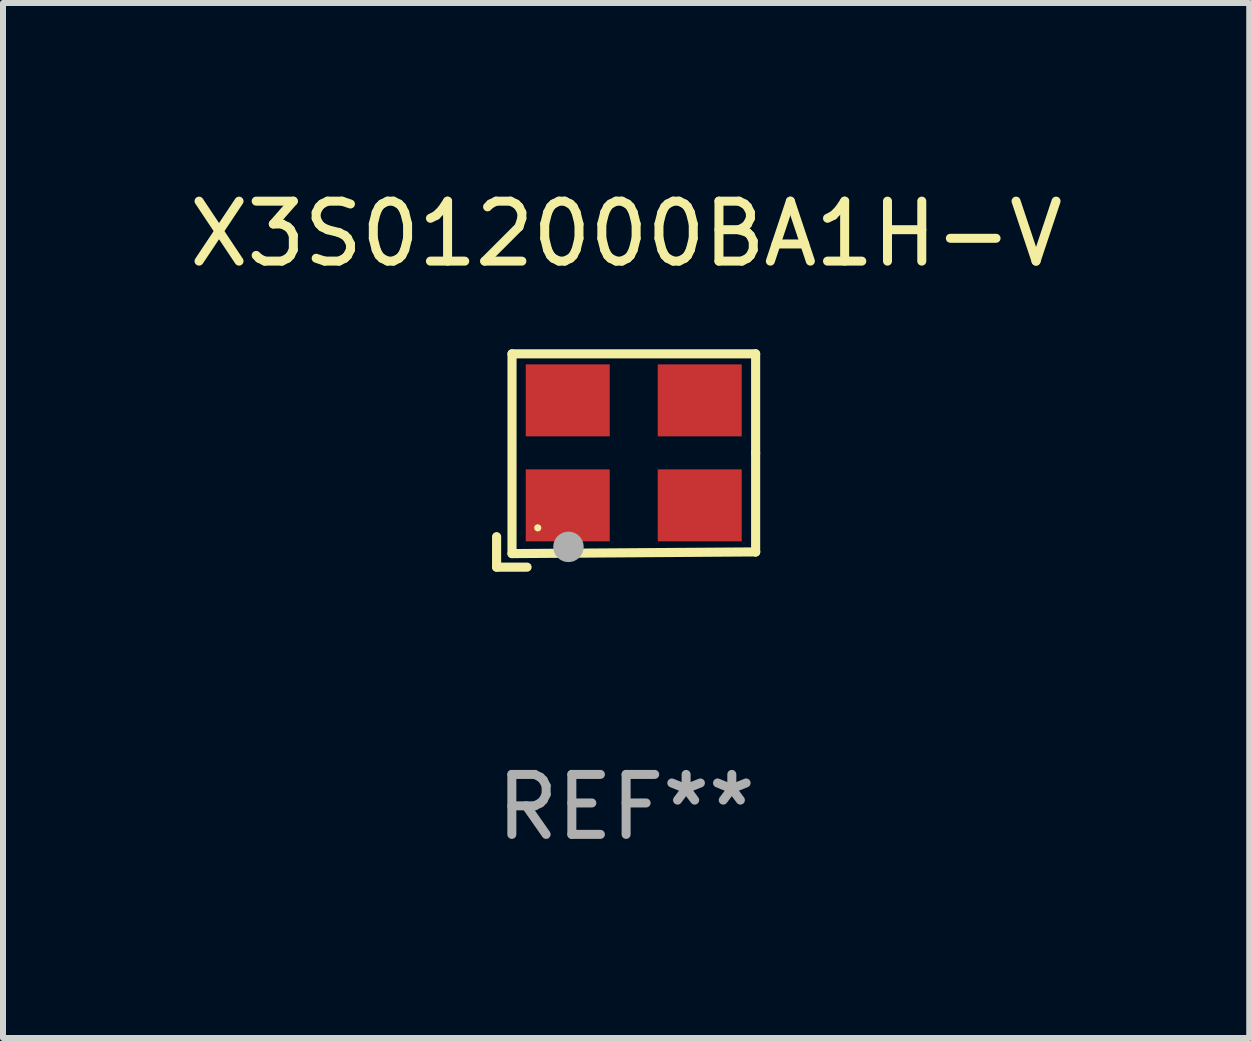
<source format=kicad_pcb>
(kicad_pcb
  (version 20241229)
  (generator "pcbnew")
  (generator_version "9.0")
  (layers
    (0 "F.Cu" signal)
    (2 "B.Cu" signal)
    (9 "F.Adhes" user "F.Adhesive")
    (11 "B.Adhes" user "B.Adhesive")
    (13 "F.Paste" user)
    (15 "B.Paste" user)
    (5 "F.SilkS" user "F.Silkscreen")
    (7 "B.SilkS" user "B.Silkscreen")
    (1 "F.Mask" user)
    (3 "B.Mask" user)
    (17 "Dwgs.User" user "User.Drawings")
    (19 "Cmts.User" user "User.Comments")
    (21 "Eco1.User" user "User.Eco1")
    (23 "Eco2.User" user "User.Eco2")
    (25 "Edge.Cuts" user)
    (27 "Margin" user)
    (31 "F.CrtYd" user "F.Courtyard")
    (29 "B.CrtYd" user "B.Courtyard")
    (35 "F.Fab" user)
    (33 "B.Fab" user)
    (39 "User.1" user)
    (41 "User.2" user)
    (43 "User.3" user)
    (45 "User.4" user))
  (footprint "X3S012000BA1H-V"
    (layer "F.Cu")
    (at 7.387 4.626)
    (property "Reference" "X3S012000BA1H-V" (at 0 -3.778 0) (layer "F.SilkS") (effects (font (size 1 1) (thickness 0.15))))
    (attr through_hole)
    (fp_line (start -2.159 1.27) (end -2.159 1.778) (stroke (width 0.152) (type solid)) (layer "F.SilkS"))
    (fp_line (start -2.159 1.778) (end -1.651 1.778) (stroke (width 0.152) (type solid)) (layer "F.SilkS"))
    (fp_line (start -1.902 -1.778) (end 2.159 -1.778) (stroke (width 0.152) (type solid)) (layer "F.SilkS"))
    (fp_line (start -1.902 1.552) (end -1.902 -1.778) (stroke (width 0.152) (type solid)) (layer "F.SilkS"))
    (fp_line (start 2.159 -1.778) (end 2.159 -0.127) (stroke (width 0.152) (type solid)) (layer "F.SilkS"))
    (fp_line (start 2.159 -0.127) (end 2.159 1.524) (stroke (width 0.152) (type solid)) (layer "F.SilkS"))
    (fp_line (start 2.159 1.524) (end -1.902 1.552) (stroke (width 0.152) (type solid)) (layer "F.SilkS"))
    (fp_line (start 2.159 1.524) (end 2.159 1.524) (stroke (width 0.152) (type solid)) (layer "F.SilkS"))
    (fp_circle (center -1.473 1.123) (end -1.443 1.123) (stroke (width 0.06) (type solid)) (fill no) (layer "F.SilkS"))
    (fp_circle (center -0.961 1.44) (end -0.834 1.44) (stroke (width 0.254) (type solid)) (fill no) (layer "F.Fab"))
    (fp_text user "REF**" (at 0 5.778 0) (layer "F.Fab") (effects (font (size 1 1) (thickness 0.15))))
    (pad "1" smd rect (at -0.973 0.748) (size 1.4 1.2) (layers "F.Cu" "F.Mask" "F.Paste"))
    (pad "2" smd rect (at 1.227 0.748) (size 1.4 1.2) (layers "F.Cu" "F.Mask" "F.Paste"))
    (pad "3" smd rect (at 1.227 -1.002) (size 1.4 1.2) (layers "F.Cu" "F.Mask" "F.Paste"))
    (pad "4" smd rect (at -0.973 -1.002) (size 1.4 1.2) (layers "F.Cu" "F.Mask" "F.Paste")))
  (gr_rect
    (start -3 -3)
    (end 17.774 14.253)
    (stroke (width 0.1) (type default))
    (fill no)
    (layer "Edge.Cuts")))
</source>
